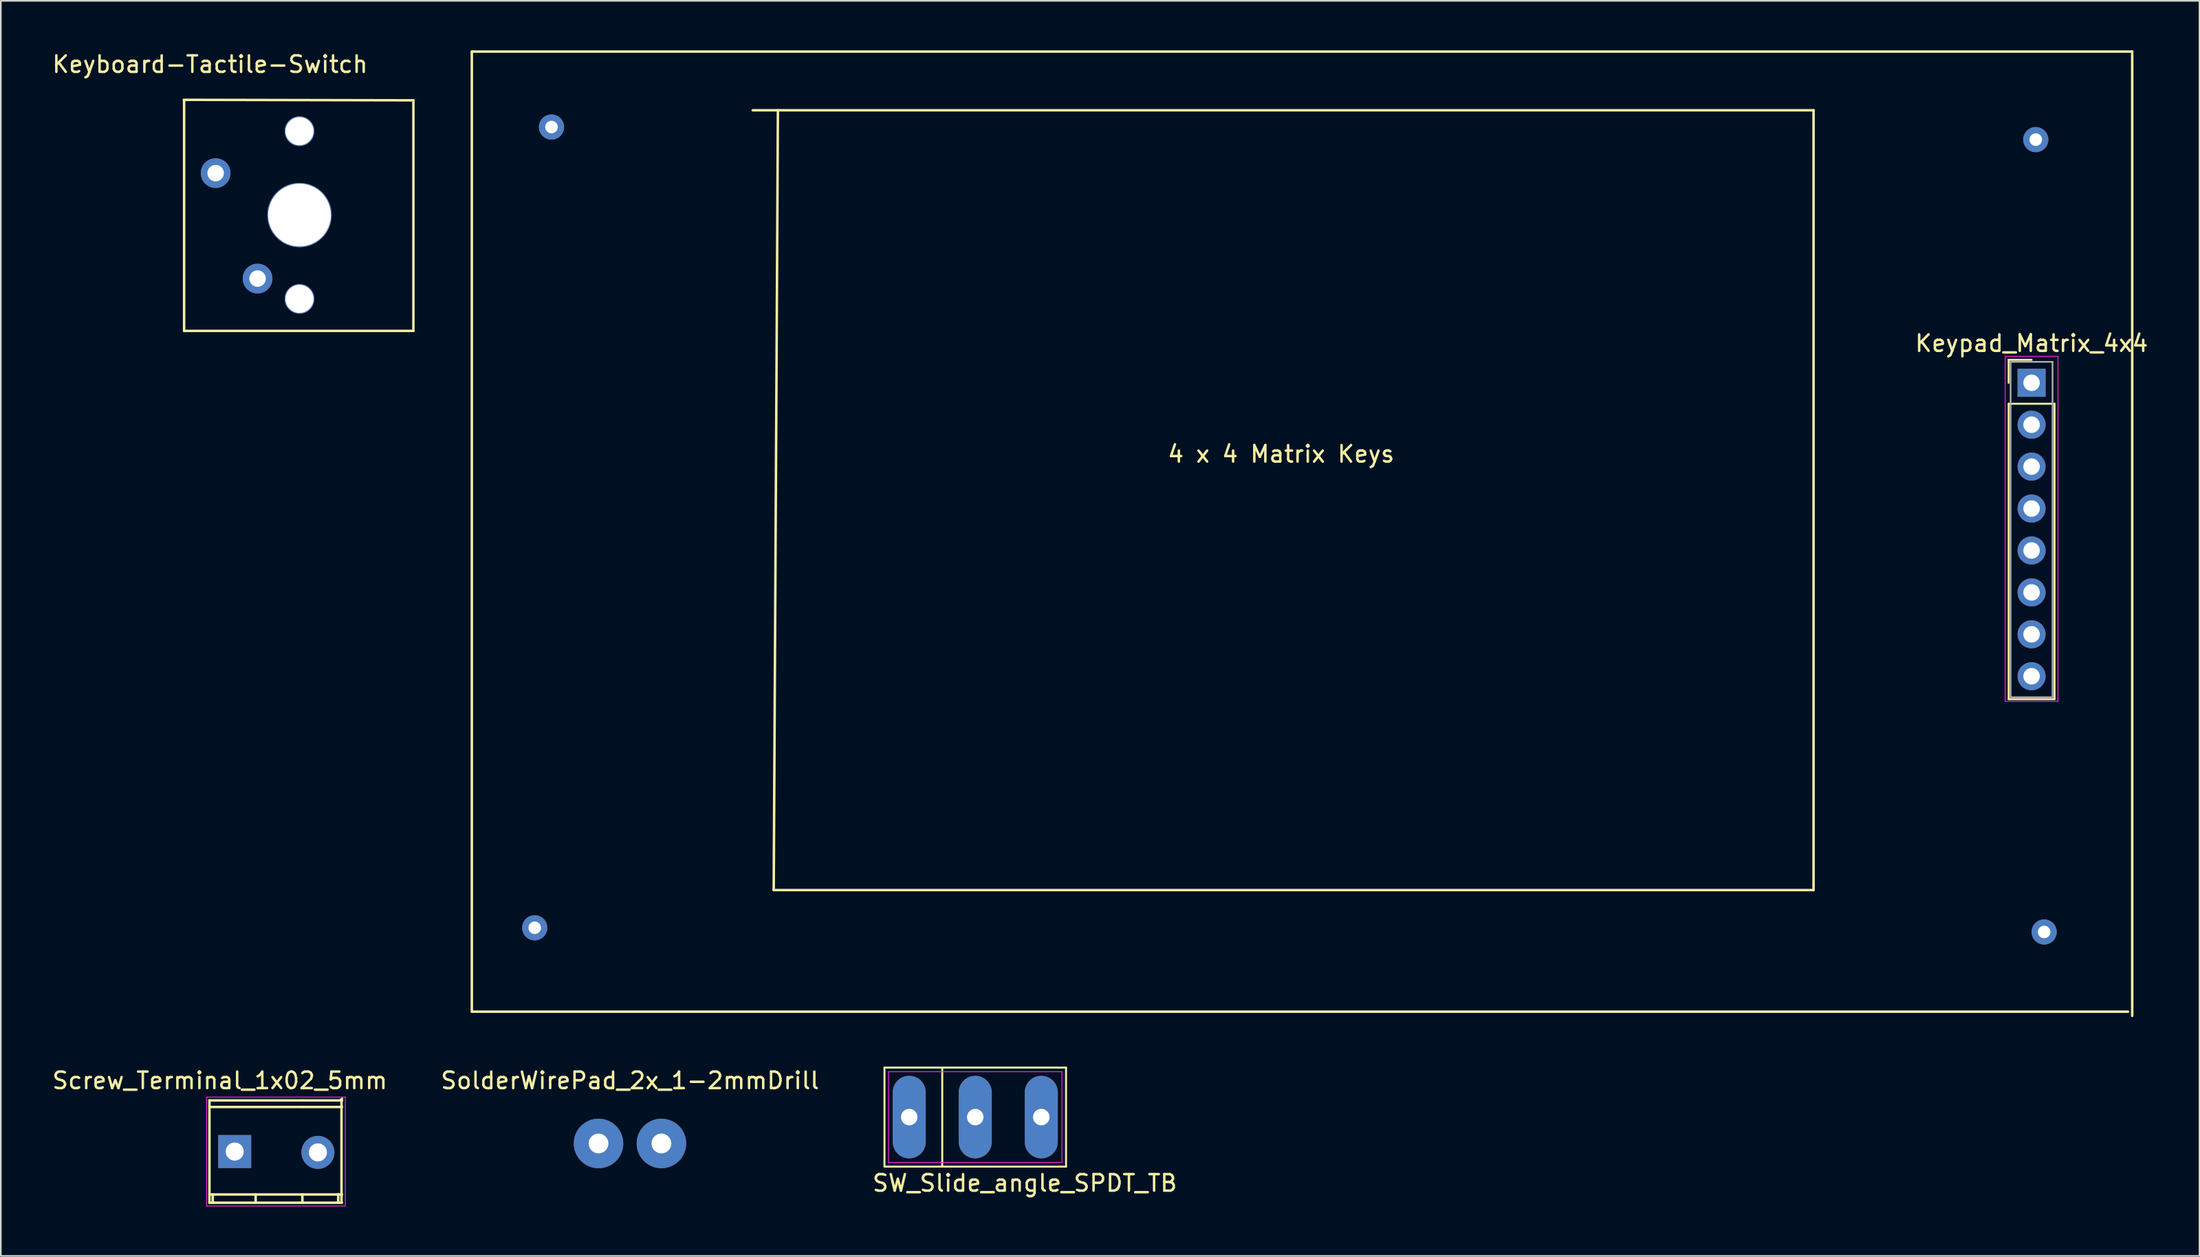
<source format=kicad_pcb>
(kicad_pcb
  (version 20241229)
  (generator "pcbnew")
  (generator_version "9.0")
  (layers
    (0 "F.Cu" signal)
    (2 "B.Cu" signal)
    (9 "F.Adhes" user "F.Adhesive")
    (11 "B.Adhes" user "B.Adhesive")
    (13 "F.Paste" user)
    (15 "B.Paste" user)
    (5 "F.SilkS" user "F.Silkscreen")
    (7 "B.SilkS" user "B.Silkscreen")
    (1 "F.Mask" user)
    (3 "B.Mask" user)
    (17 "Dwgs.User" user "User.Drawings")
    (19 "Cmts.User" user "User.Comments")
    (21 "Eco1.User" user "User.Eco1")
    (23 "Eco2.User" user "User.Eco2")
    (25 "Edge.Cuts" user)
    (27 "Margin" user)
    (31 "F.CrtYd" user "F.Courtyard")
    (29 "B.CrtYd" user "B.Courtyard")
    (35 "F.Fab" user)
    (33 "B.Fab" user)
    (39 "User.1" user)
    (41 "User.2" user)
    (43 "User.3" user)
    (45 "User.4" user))
  (footprint "Keypad_Matrix_4x4"
    (layer "F.Cu")
    (at 120.021 20.141)
    (property "Reference" "Keypad_Matrix_4x4" (at 0 -2.39 0) (layer "F.SilkS") (effects (font (size 1 1) (thickness 0.15))))
    (attr through_hole)
    (fp_line (start -94.488 -20.066) (end -94.488 38.1) (stroke (width 0.15) (type solid)) (layer "F.SilkS"))
    (fp_line (start -94.488 38.1) (end 5.842 38.1) (stroke (width 0.15) (type solid)) (layer "F.SilkS"))
    (fp_line (start -77.47 -16.51) (end -13.208 -16.51) (stroke (width 0.15) (type solid)) (layer "F.SilkS"))
    (fp_line (start -76.2 30.734) (end -75.946 -16.51) (stroke (width 0.15) (type solid)) (layer "F.SilkS"))
    (fp_line (start -13.208 -16.51) (end -13.208 30.734) (stroke (width 0.15) (type solid)) (layer "F.SilkS"))
    (fp_line (start -13.208 30.734) (end -76.2 30.734) (stroke (width 0.15) (type solid)) (layer "F.SilkS"))
    (fp_line (start -1.39 -1.39) (end 0 -1.39) (stroke (width 0.12) (type solid)) (layer "F.SilkS"))
    (fp_line (start -1.39 0) (end -1.39 -1.39) (stroke (width 0.12) (type solid)) (layer "F.SilkS"))
    (fp_line (start -1.39 1.27) (end -1.39 19.17) (stroke (width 0.12) (type solid)) (layer "F.SilkS"))
    (fp_line (start -1.39 19.17) (end 1.39 19.17) (stroke (width 0.12) (type solid)) (layer "F.SilkS"))
    (fp_line (start 1.39 1.27) (end -1.39 1.27) (stroke (width 0.12) (type solid)) (layer "F.SilkS"))
    (fp_line (start 1.39 19.17) (end 1.39 1.27) (stroke (width 0.12) (type solid)) (layer "F.SilkS"))
    (fp_line (start 6.096 -20.066) (end -94.488 -20.066) (stroke (width 0.15) (type solid)) (layer "F.SilkS"))
    (fp_line (start 6.096 38.354) (end 6.096 -20.066) (stroke (width 0.15) (type solid)) (layer "F.SilkS"))
    (fp_line (start -1.6 -1.6) (end -1.6 19.3) (stroke (width 0.05) (type solid)) (layer "F.CrtYd"))
    (fp_line (start -1.6 19.3) (end 1.6 19.3) (stroke (width 0.05) (type solid)) (layer "F.CrtYd"))
    (fp_line (start 1.6 -1.6) (end -1.6 -1.6) (stroke (width 0.05) (type solid)) (layer "F.CrtYd"))
    (fp_line (start 1.6 19.3) (end 1.6 -1.6) (stroke (width 0.05) (type solid)) (layer "F.CrtYd"))
    (fp_line (start -1.27 -1.27) (end -1.27 19.05) (stroke (width 0.1) (type solid)) (layer "F.Fab"))
    (fp_line (start -1.27 19.05) (end 1.27 19.05) (stroke (width 0.1) (type solid)) (layer "F.Fab"))
    (fp_line (start 1.27 -1.27) (end -1.27 -1.27) (stroke (width 0.1) (type solid)) (layer "F.Fab"))
    (fp_line (start 1.27 19.05) (end 1.27 -1.27) (stroke (width 0.1) (type solid)) (layer "F.Fab"))
    (fp_text user "4 x 4 Matrix Keys" (at -45.466 4.318 0) (layer "F.SilkS") (effects (font (size 1 1) (thickness 0.15))))
    (pad "1" thru_hole circle (at -89.662 -15.494) (size 1.524 1.524) (drill 0.762) (layers "*.Cu" "*.Mask"))
    (pad "1" thru_hole rect (at 0 0) (size 1.7 1.7) (drill 1) (layers "*.Cu" "*.Mask"))
    (pad "2" thru_hole circle (at -90.678 33.02) (size 1.524 1.524) (drill 0.762) (layers "*.Cu" "*.Mask"))
    (pad "2" thru_hole oval (at 0 2.54) (size 1.7 1.7) (drill 1) (layers "*.Cu" "*.Mask"))
    (pad "3" thru_hole oval (at 0 5.08) (size 1.7 1.7) (drill 1) (layers "*.Cu" "*.Mask"))
    (pad "3" thru_hole circle (at 0.762 33.274) (size 1.524 1.524) (drill 0.762) (layers "*.Cu" "*.Mask"))
    (pad "4" thru_hole oval (at 0 7.62) (size 1.7 1.7) (drill 1) (layers "*.Cu" "*.Mask"))
    (pad "4" thru_hole circle (at 0.254 -14.732) (size 1.524 1.524) (drill 0.762) (layers "*.Cu" "*.Mask"))
    (pad "5" thru_hole oval (at 0 10.16) (size 1.7 1.7) (drill 1) (layers "*.Cu" "*.Mask"))
    (pad "6" thru_hole oval (at 0 12.7) (size 1.7 1.7) (drill 1) (layers "*.Cu" "*.Mask"))
    (pad "7" thru_hole oval (at 0 15.24) (size 1.7 1.7) (drill 1) (layers "*.Cu" "*.Mask"))
    (pad "8" thru_hole oval (at 0 17.78) (size 1.7 1.7) (drill 1) (layers "*.Cu" "*.Mask")))
  (footprint "Keyboard-Tactile-Switch"
    (layer "F.Cu")
    (at 15.093 10.018)
    (property "Reference" "Keyboard-Tactile-Switch" (at -5.42 -9.17 0) (layer "F.SilkS") (effects (font (size 1 1) (thickness 0.15))))
    (attr through_hole)
    (fp_line (start -7.49 -7.49) (end 7.29 -7.49) (stroke (width 0.15) (type solid)) (layer "F.Mask"))
    (fp_line (start -7.43 -7.55) (end -7.6 -7.27) (stroke (width 0.15) (type solid)) (layer "F.Mask"))
    (fp_line (start -7.43 7.48) (end -7.43 -7.55) (stroke (width 0.15) (type solid)) (layer "F.Mask"))
    (fp_line (start 7.29 -7.49) (end 7.29 7.48) (stroke (width 0.15) (type solid)) (layer "F.Mask"))
    (fp_line (start 7.29 7.48) (end -7.43 7.48) (stroke (width 0.15) (type solid)) (layer "F.Mask"))
    (fp_line (start -7.01 -7.02) (end 6.9 -6.99) (stroke (width 0.15) (type solid)) (layer "F.SilkS"))
    (fp_line (start -6.99 6.98) (end -6.99 -6.96) (stroke (width 0.15) (type solid)) (layer "F.SilkS"))
    (fp_line (start 6.9 -6.99) (end 6.9 6.98) (stroke (width 0.15) (type solid)) (layer "F.SilkS"))
    (fp_line (start 6.9 6.98) (end -6.99 6.98) (stroke (width 0.15) (type solid)) (layer "F.SilkS"))
    (pad "1" thru_hole circle (at -5.08 -2.58) (size 1.8 1.8) (drill 1) (layers "*.Cu" "*.Mask"))
    (pad "2" thru_hole circle (at -2.54 3.81) (size 1.8 1.8) (drill 1) (layers "*.Cu" "*.Mask"))
    (pad "10" thru_hole circle (at 0 -5.12) (size 1.8 1.8) (drill 1.7) (layers "*.Cu" "*.Mask"))
    (pad "10" thru_hole circle (at 0 -0.04) (size 3.9 3.9) (drill 3.8) (layers "*.Cu" "*.Mask"))
    (pad "10" thru_hole circle (at 0 5.04) (size 1.8 1.8) (drill 1.7) (layers "*.Cu" "*.Mask")))
  (footprint "SolderWirePad_2x_1-2mmDrill"
    (layer "F.Cu")
    (at 35.113 66.228)
    (property "Reference" "SolderWirePad_2x_1-2mmDrill" (at 0 -3.81 0) (layer "F.SilkS") (effects (font (size 1 1) (thickness 0.15))))
    (attr through_hole)
    (pad "1" thru_hole circle (at -1.905 0) (size 3 3) (drill 1.199) (layers "*.Cu" "*.Mask"))
    (pad "2" thru_hole circle (at 1.905 0) (size 3 3) (drill 1.199) (layers "*.Cu" "*.Mask")))
  (footprint "SW_Slide_angle_SPDT_TB"
    (layer "F.Cu")
    (at 56.03 64.63)
    (property "Reference" "SW_Slide_angle_SPDT_TB" (at 3 4 0) (layer "F.SilkS") (effects (font (size 1 1) (thickness 0.15))))
    (attr through_hole)
    (fp_line (start -5.5 -3) (end 5.5 -3) (stroke (width 0.12) (type solid)) (layer "F.SilkS"))
    (fp_line (start -5.5 3) (end -5.5 -3) (stroke (width 0.12) (type solid)) (layer "F.SilkS"))
    (fp_line (start -2 -3) (end -2 3) (stroke (width 0.12) (type solid)) (layer "F.SilkS"))
    (fp_line (start 5.5 -3) (end 5.5 3) (stroke (width 0.12) (type solid)) (layer "F.SilkS"))
    (fp_line (start 5.5 3) (end -5.5 3) (stroke (width 0.12) (type solid)) (layer "F.SilkS"))
    (fp_line (start -5.25 -2.75) (end 5.25 -2.75) (stroke (width 0.05) (type solid)) (layer "F.CrtYd"))
    (fp_line (start -5.25 2.75) (end -5.25 -2.75) (stroke (width 0.05) (type solid)) (layer "F.CrtYd"))
    (fp_line (start 5.25 -2.75) (end 5.25 2.75) (stroke (width 0.05) (type solid)) (layer "F.CrtYd"))
    (fp_line (start 5.25 2.75) (end -5.25 2.75) (stroke (width 0.05) (type solid)) (layer "F.CrtYd"))
    (pad "1" thru_hole oval (at -4 0) (size 2 5) (drill 1) (layers "*.Cu" "*.Mask"))
    (pad "2" thru_hole oval (at 0 0) (size 2 5) (drill 1) (layers "*.Cu" "*.Mask"))
    (pad "3" thru_hole oval (at 4 0) (size 2 5) (drill 1) (layers "*.Cu" "*.Mask")))
  (footprint "Screw_Terminal_1x02_5mm"
    (layer "F.Cu")
    (at 11.168 66.718)
    (property "Reference" "Screw_Terminal_1x02_5mm" (at -0.9 -4.3 0) (layer "F.SilkS") (effects (font (size 1 1) (thickness 0.15))))
    (attr through_hole)
    (fp_line (start -1.529 -3.099) (end -1.529 3.099) (stroke (width 0.15) (type solid)) (layer "F.SilkS"))
    (fp_line (start -1.529 -2.7) (end 4.069 -2.7) (stroke (width 0.15) (type solid)) (layer "F.SilkS"))
    (fp_line (start -1.529 3.099) (end 4.069 3.099) (stroke (width 0.15) (type solid)) (layer "F.SilkS"))
    (fp_line (start -1.331 3.099) (end -1.331 2.601) (stroke (width 0.15) (type solid)) (layer "F.SilkS"))
    (fp_line (start 1.27 3.099) (end 1.27 2.601) (stroke (width 0.15) (type solid)) (layer "F.SilkS"))
    (fp_line (start 4.069 -3.099) (end -1.529 -3.099) (stroke (width 0.15) (type solid)) (layer "F.SilkS"))
    (fp_line (start 4.069 2.601) (end -1.529 2.601) (stroke (width 0.15) (type solid)) (layer "F.SilkS"))
    (fp_line (start 4.1 -3.1) (end 6.5 -3.1) (stroke (width 0.15) (type solid)) (layer "F.SilkS"))
    (fp_line (start 4.1 -2.7) (end 6.5 -2.7) (stroke (width 0.15) (type solid)) (layer "F.SilkS"))
    (fp_line (start 4.1 2.6) (end 4.1 3.1) (stroke (width 0.15) (type solid)) (layer "F.SilkS"))
    (fp_line (start 4.1 2.6) (end 6.5 2.6) (stroke (width 0.15) (type solid)) (layer "F.SilkS"))
    (fp_line (start 4.1 3.1) (end 6.5 3.1) (stroke (width 0.15) (type solid)) (layer "F.SilkS"))
    (fp_line (start 6.271 2.576) (end 6.271 3.074) (stroke (width 0.15) (type solid)) (layer "F.SilkS"))
    (fp_line (start 6.4 -3.1) (end 6.5 -3.2) (stroke (width 0.15) (type solid)) (layer "F.SilkS"))
    (fp_line (start 6.469 3.074) (end 6.469 -3.124) (stroke (width 0.15) (type solid)) (layer "F.SilkS"))
    (fp_line (start 6.5 -3.1) (end 6.4 -3.1) (stroke (width 0.15) (type solid)) (layer "F.SilkS"))
    (fp_line (start -1.7 -3.3) (end 4.3 -3.3) (stroke (width 0.05) (type solid)) (layer "F.CrtYd"))
    (fp_line (start -1.7 3.3) (end -1.7 -3.3) (stroke (width 0.05) (type solid)) (layer "F.CrtYd"))
    (fp_line (start 4.3 -3.3) (end 6.7 -3.3) (stroke (width 0.05) (type solid)) (layer "F.CrtYd"))
    (fp_line (start 4.3 3.3) (end -1.7 3.3) (stroke (width 0.05) (type solid)) (layer "F.CrtYd"))
    (fp_line (start 4.3 3.3) (end 6.7 3.3) (stroke (width 0.05) (type solid)) (layer "F.CrtYd"))
    (fp_line (start 6.7 -3.325) (end 6.7 3.275) (stroke (width 0.05) (type solid)) (layer "F.CrtYd"))
    (pad "1" thru_hole rect (at 0 0) (size 1.999 1.999) (drill 1.097) (layers "*.Cu" "*.Mask"))
    (pad "2" thru_hole oval (at 5.04 0.05) (size 1.999 1.999) (drill 1.097) (layers "*.Cu" "*.Mask")))
  (gr_rect
    (start -3 -3)
    (end 130.193 73.043)
    (stroke (width 0.1) (type default))
    (fill no)
    (layer "Edge.Cuts")))
</source>
